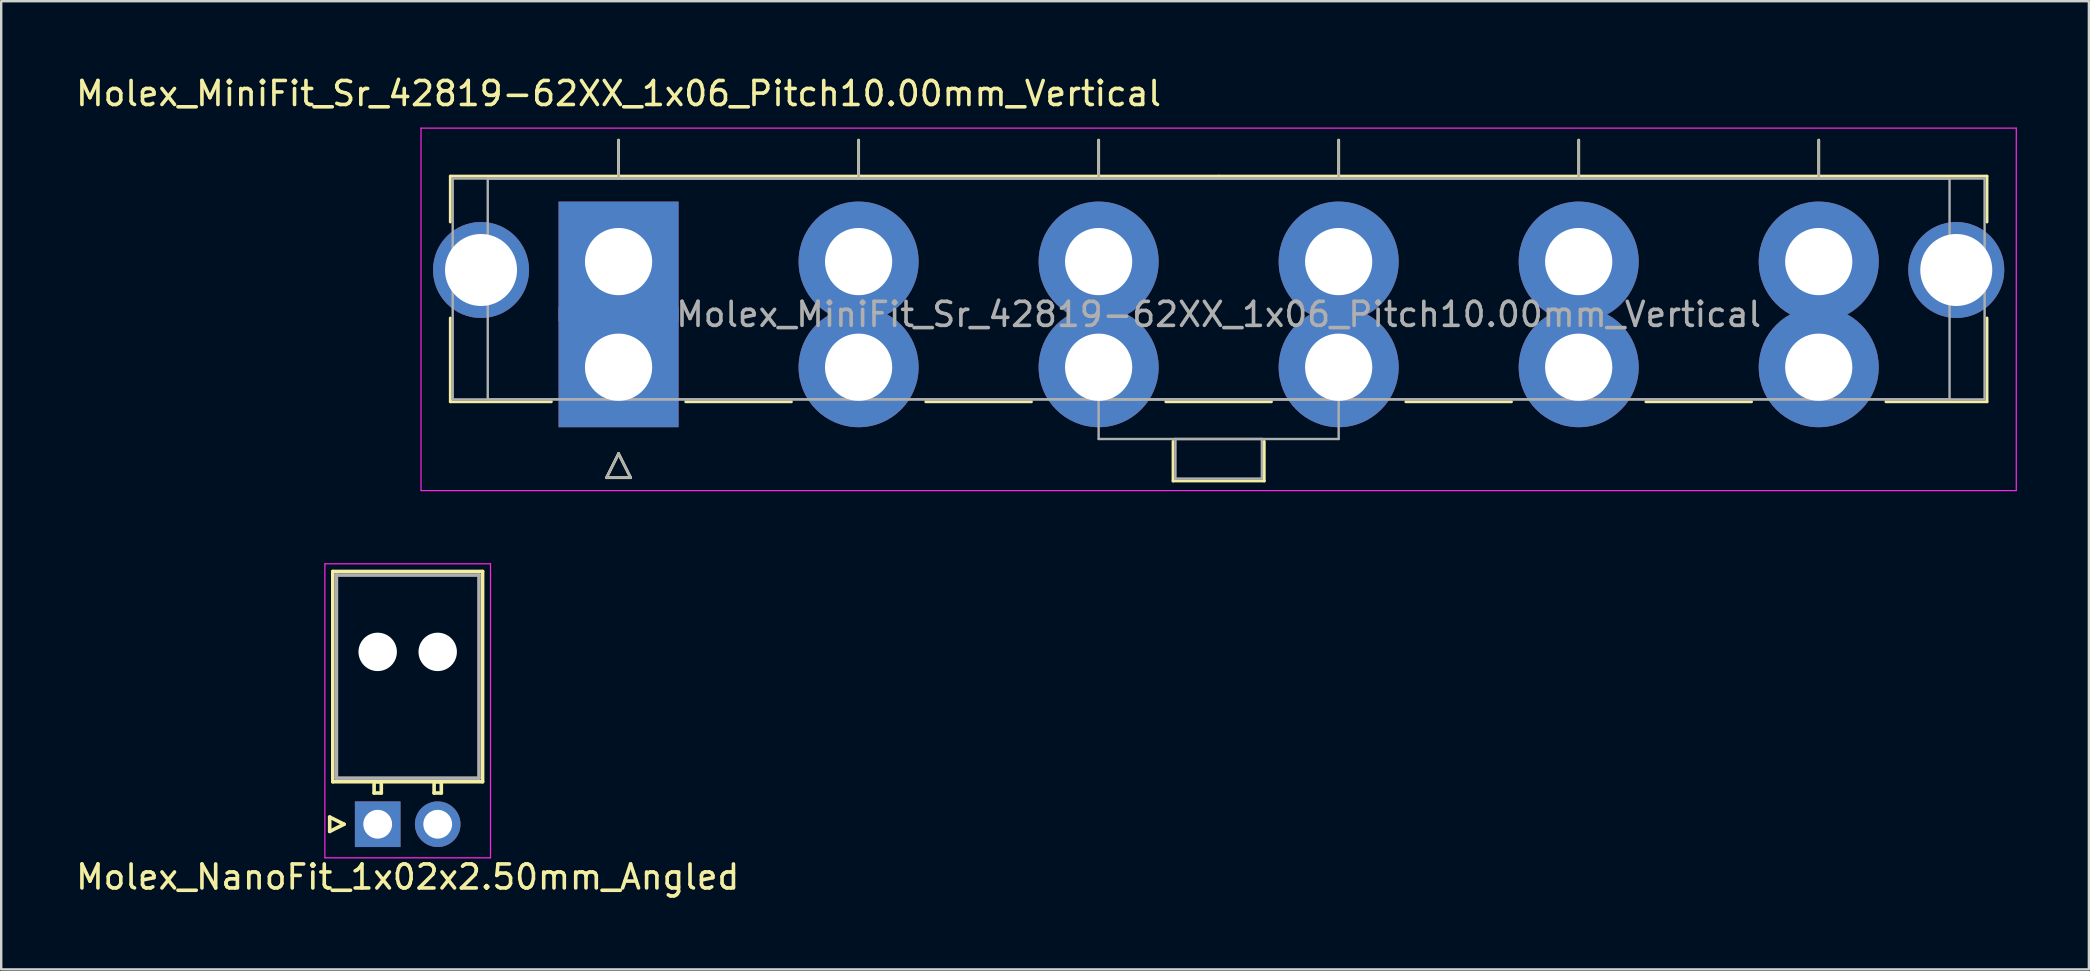
<source format=kicad_pcb>
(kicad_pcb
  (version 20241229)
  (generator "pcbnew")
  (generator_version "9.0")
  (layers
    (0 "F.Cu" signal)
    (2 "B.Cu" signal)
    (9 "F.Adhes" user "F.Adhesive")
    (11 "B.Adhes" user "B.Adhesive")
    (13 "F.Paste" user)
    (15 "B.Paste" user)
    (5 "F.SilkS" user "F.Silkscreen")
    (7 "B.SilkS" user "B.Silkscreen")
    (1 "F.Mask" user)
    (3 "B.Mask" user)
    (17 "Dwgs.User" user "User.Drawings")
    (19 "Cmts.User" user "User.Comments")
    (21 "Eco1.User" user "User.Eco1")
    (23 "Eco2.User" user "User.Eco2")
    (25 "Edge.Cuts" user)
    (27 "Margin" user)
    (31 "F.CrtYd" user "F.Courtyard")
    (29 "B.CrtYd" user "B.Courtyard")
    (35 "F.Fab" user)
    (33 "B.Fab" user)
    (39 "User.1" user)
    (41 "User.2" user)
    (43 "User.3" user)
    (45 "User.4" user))
  (footprint "Molex_NanoFit_1x02x2.50mm_Angled"
    (layer "F.Cu")
    (at 12.685 31.288)
    (property "Reference" "Molex_NanoFit_1x02x2.50mm_Angled" (at 1.25 2.2 0) (layer "F.SilkS") (effects (font (size 1 1) (thickness 0.15))))
    (attr through_hole)
    (fp_line (start -2 -0.3) (end -1.4 0) (stroke (width 0.15) (type solid)) (layer "F.SilkS"))
    (fp_line (start -2 0.3) (end -2 -0.3) (stroke (width 0.15) (type solid)) (layer "F.SilkS"))
    (fp_line (start -1.87 -10.53) (end -1.87 -1.77) (stroke (width 0.15) (type solid)) (layer "F.SilkS"))
    (fp_line (start -1.87 -1.77) (end 4.37 -1.77) (stroke (width 0.15) (type solid)) (layer "F.SilkS"))
    (fp_line (start -1.4 0) (end -2 0.3) (stroke (width 0.15) (type solid)) (layer "F.SilkS"))
    (fp_line (start -0.15 -1.77) (end -0.15 -1.3) (stroke (width 0.15) (type solid)) (layer "F.SilkS"))
    (fp_line (start -0.15 -1.3) (end 0.15 -1.3) (stroke (width 0.15) (type solid)) (layer "F.SilkS"))
    (fp_line (start 0.15 -1.77) (end -0.15 -1.77) (stroke (width 0.15) (type solid)) (layer "F.SilkS"))
    (fp_line (start 0.15 -1.3) (end 0.15 -1.77) (stroke (width 0.15) (type solid)) (layer "F.SilkS"))
    (fp_line (start 2.35 -1.77) (end 2.35 -1.3) (stroke (width 0.15) (type solid)) (layer "F.SilkS"))
    (fp_line (start 2.35 -1.3) (end 2.65 -1.3) (stroke (width 0.15) (type solid)) (layer "F.SilkS"))
    (fp_line (start 2.65 -1.77) (end 2.35 -1.77) (stroke (width 0.15) (type solid)) (layer "F.SilkS"))
    (fp_line (start 2.65 -1.3) (end 2.65 -1.77) (stroke (width 0.15) (type solid)) (layer "F.SilkS"))
    (fp_line (start 4.37 -10.53) (end -1.87 -10.53) (stroke (width 0.15) (type solid)) (layer "F.SilkS"))
    (fp_line (start 4.37 -1.77) (end 4.37 -10.53) (stroke (width 0.15) (type solid)) (layer "F.SilkS"))
    (fp_line (start -2.2 -10.85) (end -2.2 1.4) (stroke (width 0.05) (type solid)) (layer "F.CrtYd"))
    (fp_line (start -2.2 1.4) (end 4.7 1.4) (stroke (width 0.05) (type solid)) (layer "F.CrtYd"))
    (fp_line (start 4.7 -10.85) (end -2.2 -10.85) (stroke (width 0.05) (type solid)) (layer "F.CrtYd"))
    (fp_line (start 4.7 1.4) (end 4.7 -10.85) (stroke (width 0.05) (type solid)) (layer "F.CrtYd"))
    (fp_line (start -1.72 -10.38) (end -1.72 -1.92) (stroke (width 0.15) (type solid)) (layer "F.Fab"))
    (fp_line (start -1.72 -1.92) (end 4.22 -1.92) (stroke (width 0.15) (type solid)) (layer "F.Fab"))
    (fp_line (start 4.22 -10.38) (end -1.72 -10.38) (stroke (width 0.15) (type solid)) (layer "F.Fab"))
    (fp_line (start 4.22 -1.92) (end 4.22 -10.38) (stroke (width 0.15) (type solid)) (layer "F.Fab"))
    (pad "" np_thru_hole circle (at 0 -7.18) (size 1.6 1.6) (drill 1.6) (layers "*.Cu"))
    (pad "" np_thru_hole circle (at 2.5 -7.18) (size 1.6 1.6) (drill 1.6) (layers "*.Cu"))
    (pad "1" thru_hole rect (at 0 0) (size 1.9 1.9) (drill 1.2) (layers "*.Cu" "*.Mask"))
    (pad "2" thru_hole circle (at 2.5 0) (size 1.9 1.9) (drill 1.2) (layers "*.Cu" "*.Mask")))
  (footprint "Molex_MiniFit_Sr_42819-62XX_1x06_Pitch10.00mm_Vertical"
    (layer "F.Cu")
    (at 22.72 7.848)
    (property "Reference" "Molex_MiniFit_Sr_42819-62XX_1x06_Pitch10.00mm_Vertical" (at 0 -7 0) (layer "F.SilkS") (effects (font (size 1 1) (thickness 0.15))))
    (attr through_hole)
    (fp_line (start -7.01 -3.56) (end -7.01 -1.65) (stroke (width 0.12) (type solid)) (layer "F.SilkS"))
    (fp_line (start -7.01 2.35) (end -7.01 5.84) (stroke (width 0.12) (type solid)) (layer "F.SilkS"))
    (fp_line (start -7.01 5.84) (end -2.8 5.84) (stroke (width 0.12) (type solid)) (layer "F.SilkS"))
    (fp_line (start -0.5 9) (end 0 8) (stroke (width 0.12) (type solid)) (layer "F.SilkS"))
    (fp_line (start 0 -3.56) (end 0 -5.06) (stroke (width 0.12) (type solid)) (layer "F.SilkS"))
    (fp_line (start 0 8) (end 0.5 9) (stroke (width 0.12) (type solid)) (layer "F.SilkS"))
    (fp_line (start 0.5 9) (end -0.5 9) (stroke (width 0.12) (type solid)) (layer "F.SilkS"))
    (fp_line (start 2.8 5.84) (end 7.2 5.84) (stroke (width 0.12) (type solid)) (layer "F.SilkS"))
    (fp_line (start 10 -3.56) (end 10 -5.06) (stroke (width 0.12) (type solid)) (layer "F.SilkS"))
    (fp_line (start 12.8 5.84) (end 17.2 5.84) (stroke (width 0.12) (type solid)) (layer "F.SilkS"))
    (fp_line (start 20 -3.56) (end 20 -5.06) (stroke (width 0.12) (type solid)) (layer "F.SilkS"))
    (fp_line (start 22.8 5.84) (end 27.2 5.84) (stroke (width 0.12) (type solid)) (layer "F.SilkS"))
    (fp_line (start 23.1 7.49) (end 23.1 9.14) (stroke (width 0.12) (type solid)) (layer "F.SilkS"))
    (fp_line (start 23.1 9.14) (end 26.9 9.14) (stroke (width 0.12) (type solid)) (layer "F.SilkS"))
    (fp_line (start 25 -3.56) (end -7.01 -3.56) (stroke (width 0.12) (type solid)) (layer "F.SilkS"))
    (fp_line (start 25 -3.56) (end 57.01 -3.56) (stroke (width 0.12) (type solid)) (layer "F.SilkS"))
    (fp_line (start 26.9 9.14) (end 26.9 7.49) (stroke (width 0.12) (type solid)) (layer "F.SilkS"))
    (fp_line (start 30 -3.56) (end 30 -5.06) (stroke (width 0.12) (type solid)) (layer "F.SilkS"))
    (fp_line (start 32.8 5.84) (end 37.2 5.84) (stroke (width 0.12) (type solid)) (layer "F.SilkS"))
    (fp_line (start 40 -3.56) (end 40 -5.06) (stroke (width 0.12) (type solid)) (layer "F.SilkS"))
    (fp_line (start 42.8 5.84) (end 47.2 5.84) (stroke (width 0.12) (type solid)) (layer "F.SilkS"))
    (fp_line (start 50 -3.56) (end 50 -5.06) (stroke (width 0.12) (type solid)) (layer "F.SilkS"))
    (fp_line (start 57.01 -3.56) (end 57.01 -1.65) (stroke (width 0.12) (type solid)) (layer "F.SilkS"))
    (fp_line (start 57.01 2.35) (end 57.01 5.84) (stroke (width 0.12) (type solid)) (layer "F.SilkS"))
    (fp_line (start 57.01 5.84) (end 52.8 5.84) (stroke (width 0.12) (type solid)) (layer "F.SilkS"))
    (fp_line (start -8.23 -5.56) (end -8.23 9.54) (stroke (width 0.05) (type solid)) (layer "F.CrtYd"))
    (fp_line (start -8.23 9.54) (end 58.23 9.54) (stroke (width 0.05) (type solid)) (layer "F.CrtYd"))
    (fp_line (start 58.23 -5.56) (end -8.23 -5.56) (stroke (width 0.05) (type solid)) (layer "F.CrtYd"))
    (fp_line (start 58.23 9.54) (end 58.23 -5.56) (stroke (width 0.05) (type solid)) (layer "F.CrtYd"))
    (fp_line (start -6.91 -3.46) (end -6.91 5.74) (stroke (width 0.1) (type solid)) (layer "F.Fab"))
    (fp_line (start -6.91 5.74) (end 56.91 5.74) (stroke (width 0.1) (type solid)) (layer "F.Fab"))
    (fp_line (start -5.45 -3.46) (end -5.45 5.74) (stroke (width 0.1) (type solid)) (layer "F.Fab"))
    (fp_line (start -5.45 5.74) (end 55.45 5.74) (stroke (width 0.1) (type solid)) (layer "F.Fab"))
    (fp_line (start -0.5 9) (end 0 8) (stroke (width 0.1) (type solid)) (layer "F.Fab"))
    (fp_line (start 0 -3.46) (end 0 -5.06) (stroke (width 0.1) (type solid)) (layer "F.Fab"))
    (fp_line (start 0 8) (end 0.5 9) (stroke (width 0.1) (type solid)) (layer "F.Fab"))
    (fp_line (start 0.5 9) (end -0.5 9) (stroke (width 0.1) (type solid)) (layer "F.Fab"))
    (fp_line (start 10 -3.46) (end 10 -5.06) (stroke (width 0.1) (type solid)) (layer "F.Fab"))
    (fp_line (start 20 -3.46) (end 20 -5.06) (stroke (width 0.1) (type solid)) (layer "F.Fab"))
    (fp_line (start 20 5.74) (end 20 7.39) (stroke (width 0.1) (type solid)) (layer "F.Fab"))
    (fp_line (start 20 7.39) (end 30 7.39) (stroke (width 0.1) (type solid)) (layer "F.Fab"))
    (fp_line (start 23.2 7.39) (end 23.2 9.04) (stroke (width 0.1) (type solid)) (layer "F.Fab"))
    (fp_line (start 23.2 9.04) (end 26.8 9.04) (stroke (width 0.1) (type solid)) (layer "F.Fab"))
    (fp_line (start 26.8 7.39) (end 23.2 7.39) (stroke (width 0.1) (type solid)) (layer "F.Fab"))
    (fp_line (start 26.8 9.04) (end 26.8 7.39) (stroke (width 0.1) (type solid)) (layer "F.Fab"))
    (fp_line (start 30 -3.46) (end 30 -5.06) (stroke (width 0.1) (type solid)) (layer "F.Fab"))
    (fp_line (start 30 5.74) (end 20 5.74) (stroke (width 0.1) (type solid)) (layer "F.Fab"))
    (fp_line (start 30 7.39) (end 30 5.74) (stroke (width 0.1) (type solid)) (layer "F.Fab"))
    (fp_line (start 40 -3.46) (end 40 -5.06) (stroke (width 0.1) (type solid)) (layer "F.Fab"))
    (fp_line (start 50 -3.46) (end 50 -5.06) (stroke (width 0.1) (type solid)) (layer "F.Fab"))
    (fp_line (start 55.45 -3.46) (end -5.45 -3.46) (stroke (width 0.1) (type solid)) (layer "F.Fab"))
    (fp_line (start 55.45 5.74) (end 55.45 -3.46) (stroke (width 0.1) (type solid)) (layer "F.Fab"))
    (fp_line (start 56.91 -3.46) (end -6.91 -3.46) (stroke (width 0.1) (type solid)) (layer "F.Fab"))
    (fp_line (start 56.91 5.74) (end 56.91 -3.46) (stroke (width 0.1) (type solid)) (layer "F.Fab"))
    (fp_text user "${REFERENCE}" (at 25 2.2 0) (layer "F.Fab") (effects (font (size 1 1) (thickness 0.15))))
    (pad "" thru_hole circle (at -5.73 0.35) (size 4 4) (drill 3) (layers "*.Cu" "*.Mask"))
    (pad "" thru_hole circle (at 55.73 0.35) (size 4 4) (drill 3) (layers "*.Cu" "*.Mask"))
    (pad "1" thru_hole rect (at 0 0) (size 5 5) (drill 2.8) (layers "*.Cu" "*.Mask"))
    (pad "1" thru_hole rect (at 0 4.4) (size 5 5) (drill 2.8) (layers "*.Cu" "*.Mask"))
    (pad "2" thru_hole circle (at 10 0) (size 5 5) (drill 2.8) (layers "*.Cu" "*.Mask"))
    (pad "2" thru_hole circle (at 10 4.4) (size 5 5) (drill 2.8) (layers "*.Cu" "*.Mask"))
    (pad "3" thru_hole circle (at 20 0) (size 5 5) (drill 2.8) (layers "*.Cu" "*.Mask"))
    (pad "3" thru_hole circle (at 20 4.4) (size 5 5) (drill 2.8) (layers "*.Cu" "*.Mask"))
    (pad "4" thru_hole circle (at 30 0) (size 5 5) (drill 2.8) (layers "*.Cu" "*.Mask"))
    (pad "4" thru_hole circle (at 30 4.4) (size 5 5) (drill 2.8) (layers "*.Cu" "*.Mask"))
    (pad "5" thru_hole circle (at 40 0) (size 5 5) (drill 2.8) (layers "*.Cu" "*.Mask"))
    (pad "5" thru_hole circle (at 40 4.4) (size 5 5) (drill 2.8) (layers "*.Cu" "*.Mask"))
    (pad "6" thru_hole circle (at 50 0) (size 5 5) (drill 2.8) (layers "*.Cu" "*.Mask"))
    (pad "6" thru_hole circle (at 50 4.4) (size 5 5) (drill 2.8) (layers "*.Cu" "*.Mask")))
  (gr_rect
    (start -3 -3)
    (end 83.975 37.337)
    (stroke (width 0.1) (type default))
    (fill no)
    (layer "Edge.Cuts")))
</source>
